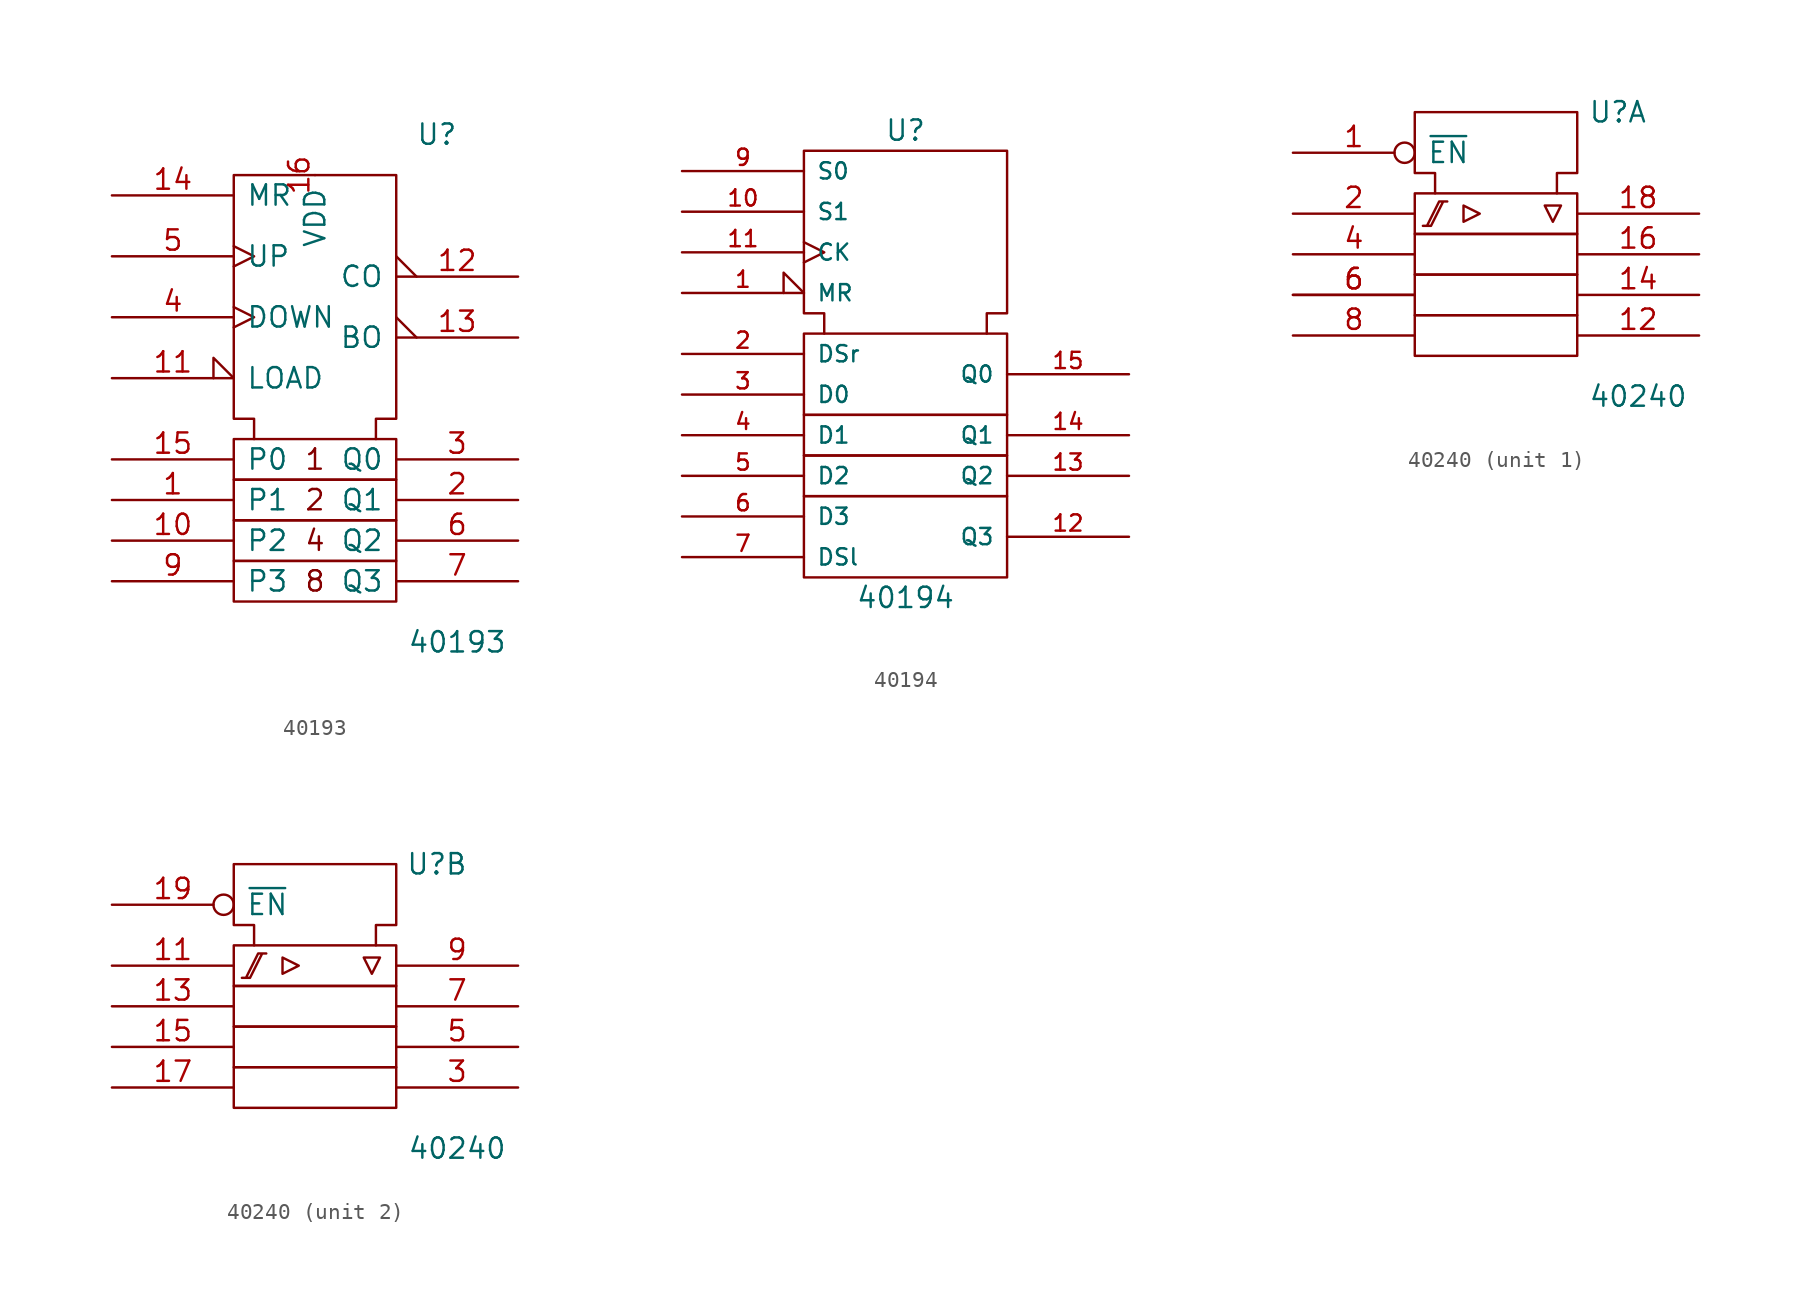
<source format=kicad_sym>
(kicad_symbol_lib
  (version 20201005)
  (generator kicad_symbol_editor)
  (symbol "4xxx_IEEE:40193"
    (pin_names
      (offset 0.762))
    (property "Reference" "U"
      (at 7.62 12.7 0)
      (effects (font (size 1.27 1.27))))
    (property "Value" "40193"
      (at 8.89 -19.05 0)
      (effects (font (size 1.27 1.27))))
    (symbol "40193_0_0"
      (text "1" (at 0 -7.62 0) (effects (font (size 1.27 1.27))))
      (text "2" (at 0 -10.16 0) (effects (font (size 1.27 1.27))))
      (text "4" (at 0 -12.7 0) (effects (font (size 1.27 1.27))))
      (text "8" (at 0 -15.24 0) (effects (font (size 1.27 1.27)))))
    (symbol "40193_0_1"
      (rectangle (start -5.08 -13.97) (end 5.08 -16.51) (stroke (width 0)) (fill (type none)))
      (rectangle (start -5.08 -11.43) (end 5.08 -13.97) (stroke (width 0)) (fill (type none)))
      (rectangle (start -5.08 -8.89) (end 5.08 -11.43) (stroke (width 0)) (fill (type none)))
      (rectangle (start -5.08 -6.35) (end 5.08 -8.89) (stroke (width 0)) (fill (type none)))
      (polyline (pts (xy -3.81 -6.35) (xy -3.81 -5.08) (xy -5.08 -5.08) (xy -5.08 10.16) (xy 5.08 10.16) (xy 5.08 -5.08) (xy 3.81 -5.08) (xy 3.81 -6.35) (xy 3.81 -6.35)) (stroke (width 0)) (fill (type none))))
    (symbol "40193_1_1"
      (pin input line (at -12.7 -10.16 0) (length 7.62) (name "P1" (effects (font (size 1.27 1.27)))) (number "1" (effects (font (size 1.27 1.27)))))
      (pin input line (at -12.7 -12.7 0) (length 7.62) (name "P2" (effects (font (size 1.27 1.27)))) (number "10" (effects (font (size 1.27 1.27)))))
      (pin input input_low (at -12.7 -2.54 0) (length 7.62) (name "LOAD" (effects (font (size 1.27 1.27)))) (number "11" (effects (font (size 1.27 1.27)))))
      (pin output output_low (at 12.7 3.81 180) (length 7.62) (name "CO" (effects (font (size 1.27 1.27)))) (number "12" (effects (font (size 1.27 1.27)))))
      (pin output output_low (at 12.7 0 180) (length 7.62) (name "BO" (effects (font (size 1.27 1.27)))) (number "13" (effects (font (size 1.27 1.27)))))
      (pin input line (at -12.7 8.89 0) (length 7.62) (name "MR" (effects (font (size 1.27 1.27)))) (number "14" (effects (font (size 1.27 1.27)))))
      (pin input line (at -12.7 -7.62 0) (length 7.62) (name "P0" (effects (font (size 1.27 1.27)))) (number "15" (effects (font (size 1.27 1.27)))))
      (pin power_in line (at 0 10.16 270) (length 0) (name "VDD" (effects (font (size 1.27 1.27)))) (number "16" (effects (font (size 1.27 1.27)))))
      (pin output line (at 12.7 -10.16 180) (length 7.62) (name "Q1" (effects (font (size 1.27 1.27)))) (number "2" (effects (font (size 1.27 1.27)))))
      (pin output line (at 12.7 -7.62 180) (length 7.62) (name "Q0" (effects (font (size 1.27 1.27)))) (number "3" (effects (font (size 1.27 1.27)))))
      (pin input clock (at -12.7 1.27 0) (length 7.62) (name "DOWN" (effects (font (size 1.27 1.27)))) (number "4" (effects (font (size 1.27 1.27)))))
      (pin input clock (at -12.7 5.08 0) (length 7.62) (name "UP" (effects (font (size 1.27 1.27)))) (number "5" (effects (font (size 1.27 1.27)))))
      (pin output line (at 12.7 -12.7 180) (length 7.62) (name "Q2" (effects (font (size 1.27 1.27)))) (number "6" (effects (font (size 1.27 1.27)))))
      (pin output line (at 12.7 -15.24 180) (length 7.62) (name "Q3" (effects (font (size 1.27 1.27)))) (number "7" (effects (font (size 1.27 1.27)))))
      (pin power_in line (at 2.54 10.16 270) (length 0) hide (name "VSS" (effects (font (size 1.27 1.27)))) (number "8" (effects (font (size 1.27 1.27)))))
      (pin input line (at -12.7 -15.24 0) (length 7.62) (name "P3" (effects (font (size 1.27 1.27)))) (number "9" (effects (font (size 1.27 1.27)))))))
  (symbol "4xxx_IEEE:40194"
    (pin_names
      (offset 0.762))
    (property "Reference" "U"
      (at 0 13.97 0)
      (effects (font (size 1.27 1.27))))
    (property "Value" "40194"
      (at 0 -15.24 0)
      (effects (font (size 1.27 1.27))))
    (symbol "40194_0_0"
      (rectangle (start -6.35 -8.89) (end 6.35 -13.97) (stroke (width 0)) (fill (type none)))
      (rectangle (start -6.35 -6.35) (end 6.35 -8.89) (stroke (width 0)) (fill (type none))))
    (symbol "40194_0_1"
      (rectangle (start -6.35 -3.81) (end 6.35 -6.35) (stroke (width 0)) (fill (type none)))
      (rectangle (start -6.35 1.27) (end 6.35 -3.81) (stroke (width 0)) (fill (type none)))
      (polyline (pts (xy -5.08 1.27) (xy -5.08 2.54) (xy -6.35 2.54) (xy -6.35 12.7) (xy 6.35 12.7) (xy 6.35 2.54) (xy 5.08 2.54) (xy 5.08 1.27) (xy 5.08 1.27)) (stroke (width 0)) (fill (type none)))
      (pin power_in line (at 3.81 12.7 270) (length 0) hide (name "Vdd" (effects (font (size 1.016 1.016)))) (number "16" (effects (font (size 1.016 1.016)))))
      (pin power_in line (at 0 12.7 270) (length 0) hide (name "Vss" (effects (font (size 1.016 1.016)))) (number "8" (effects (font (size 1.016 1.016))))))
    (symbol "40194_1_1"
      (pin input input_low (at -13.97 3.81 0) (length 7.62) (name "MR" (effects (font (size 1.016 1.016)))) (number "1" (effects (font (size 1.016 1.016)))))
      (pin input line (at -13.97 8.89 0) (length 7.62) (name "S1" (effects (font (size 1.016 1.016)))) (number "10" (effects (font (size 1.016 1.016)))))
      (pin input clock (at -13.97 6.35 0) (length 7.62) (name "CK" (effects (font (size 1.016 1.016)))) (number "11" (effects (font (size 1.016 1.016)))))
      (pin output line (at 13.97 -11.43 180) (length 7.62) (name "Q3" (effects (font (size 1.016 1.016)))) (number "12" (effects (font (size 1.016 1.016)))))
      (pin output line (at 13.97 -7.62 180) (length 7.62) (name "Q2" (effects (font (size 1.016 1.016)))) (number "13" (effects (font (size 1.016 1.016)))))
      (pin output line (at 13.97 -5.08 180) (length 7.62) (name "Q1" (effects (font (size 1.016 1.016)))) (number "14" (effects (font (size 1.016 1.016)))))
      (pin output line (at 13.97 -1.27 180) (length 7.62) (name "Q0" (effects (font (size 1.016 1.016)))) (number "15" (effects (font (size 1.016 1.016)))))
      (pin input line (at -13.97 0 0) (length 7.62) (name "DSr" (effects (font (size 1.016 1.016)))) (number "2" (effects (font (size 1.016 1.016)))))
      (pin input line (at -13.97 -2.54 0) (length 7.62) (name "D0" (effects (font (size 1.016 1.016)))) (number "3" (effects (font (size 1.016 1.016)))))
      (pin input line (at -13.97 -5.08 0) (length 7.62) (name "D1" (effects (font (size 1.016 1.016)))) (number "4" (effects (font (size 1.016 1.016)))))
      (pin input line (at -13.97 -7.62 0) (length 7.62) (name "D2" (effects (font (size 1.016 1.016)))) (number "5" (effects (font (size 1.016 1.016)))))
      (pin input line (at -13.97 -10.16 0) (length 7.62) (name "D3" (effects (font (size 1.016 1.016)))) (number "6" (effects (font (size 1.016 1.016)))))
      (pin input line (at -13.97 -12.7 0) (length 7.62) (name "DSl" (effects (font (size 1.016 1.016)))) (number "7" (effects (font (size 1.016 1.016)))))
      (pin input line (at -13.97 11.43 0) (length 7.62) (name "S0" (effects (font (size 1.016 1.016)))) (number "9" (effects (font (size 1.016 1.016)))))))
  (symbol "4xxx_IEEE:40240"
    (pin_names
      (offset 0.762))
    (property "Reference" "U"
      (at 7.62 8.89 0)
      (effects (font (size 1.27 1.27))))
    (property "Value" "40240"
      (at 8.89 -8.89 0)
      (effects (font (size 1.27 1.27))))
    (symbol "40240_0_0"
      (polyline (pts (xy -2.032 3.048) (xy -2.032 2.032) (xy -1.016 2.54) (xy -2.032 3.048) (xy -2.032 3.048)) (stroke (width 0)) (fill (type none)))
      (polyline (pts (xy 3.048 3.048) (xy 4.064 3.048) (xy 3.556 2.032) (xy 3.048 3.048) (xy 3.048 3.048)) (stroke (width 0)) (fill (type none)))
      (polyline (pts (xy -4.572 1.778) (xy -4.064 1.778) (xy -3.302 3.302) (xy -3.048 3.302) (xy -3.556 3.302) (xy -4.318 1.778) (xy -4.318 1.778)) (stroke (width 0)) (fill (type none))))
    (symbol "40240_0_1"
      (rectangle (start -5.08 -3.81) (end 5.08 -6.35) (stroke (width 0)) (fill (type none)))
      (rectangle (start -5.08 -1.27) (end 5.08 -3.81) (stroke (width 0)) (fill (type none)))
      (rectangle (start -5.08 1.27) (end 5.08 -1.27) (stroke (width 0)) (fill (type none)))
      (rectangle (start -5.08 3.81) (end 5.08 1.27) (stroke (width 0)) (fill (type none)))
      (polyline (pts (xy -3.81 3.81) (xy -3.81 5.08) (xy -5.08 5.08) (xy -5.08 8.89) (xy 5.08 8.89) (xy 5.08 5.08) (xy 3.81 5.08) (xy 3.81 3.81) (xy 3.81 3.81)) (stroke (width 0)) (fill (type none)))
      (pin power_in line (at -1.27 8.89 270) (length 0) hide (name "Vss" (effects (font (size 1.27 1.27)))) (number "10" (effects (font (size 1.27 1.27)))))
      (pin power_in line (at 2.54 8.89 270) (length 0) hide (name "Vdd" (effects (font (size 1.27 1.27)))) (number "20" (effects (font (size 1.27 1.27))))))
    (symbol "40240_1_0"
      (pin output line (at 12.7 -5.08 180) (length 7.62) (name "~" (effects (font (size 1.27 1.27)))) (number "12" (effects (font (size 1.27 1.27)))))
      (pin output line (at 12.7 -2.54 180) (length 7.62) (name "~" (effects (font (size 1.27 1.27)))) (number "14" (effects (font (size 1.27 1.27)))))
      (pin output line (at 12.7 0 180) (length 7.62) (name "~" (effects (font (size 1.27 1.27)))) (number "16" (effects (font (size 1.27 1.27)))))
      (pin output line (at 12.7 2.54 180) (length 7.62) (name "~" (effects (font (size 1.27 1.27)))) (number "18" (effects (font (size 1.27 1.27)))))
      (pin input line (at -12.7 0 0) (length 7.62) (name "~" (effects (font (size 1.27 1.27)))) (number "4" (effects (font (size 1.27 1.27)))))
      (pin input line (at -12.7 -2.54 0) (length 7.62) (name "~" (effects (font (size 1.27 1.27)))) (number "6" (effects (font (size 1.27 1.27))))))
    (symbol "40240_1_1"
      (pin input inverted (at -12.7 6.35 0) (length 7.62) (name "~EN" (effects (font (size 1.27 1.27)))) (number "1" (effects (font (size 1.27 1.27)))))
      (pin input line (at -12.7 2.54 0) (length 7.62) (name "~" (effects (font (size 1.27 1.27)))) (number "2" (effects (font (size 1.27 1.27)))))
      (pin input line (at -12.7 -2.54 0) (length 7.62) (name "~" (effects (font (size 1.27 1.27)))) (number "6" (effects (font (size 1.27 1.27)))))
      (pin input line (at -12.7 -5.08 0) (length 7.62) (name "~" (effects (font (size 1.27 1.27)))) (number "8" (effects (font (size 1.27 1.27))))))
    (symbol "40240_2_0"
      (pin input line (at -12.7 2.54 0) (length 7.62) (name "~" (effects (font (size 1.27 1.27)))) (number "11" (effects (font (size 1.27 1.27)))))
      (pin input line (at -12.7 -2.54 0) (length 7.62) (name "~" (effects (font (size 1.27 1.27)))) (number "15" (effects (font (size 1.27 1.27)))))
      (pin input line (at -12.7 -5.08 0) (length 7.62) (name "~" (effects (font (size 1.27 1.27)))) (number "17" (effects (font (size 1.27 1.27)))))
      (pin input inverted (at -12.7 6.35 0) (length 7.62) (name "~EN" (effects (font (size 1.27 1.27)))) (number "19" (effects (font (size 1.27 1.27))))))
    (symbol "40240_2_1"
      (pin input line (at -12.7 0 0) (length 7.62) (name "~" (effects (font (size 1.27 1.27)))) (number "13" (effects (font (size 1.27 1.27)))))
      (pin output line (at 12.7 -5.08 180) (length 7.62) (name "~" (effects (font (size 1.27 1.27)))) (number "3" (effects (font (size 1.27 1.27)))))
      (pin output line (at 12.7 -2.54 180) (length 7.62) (name "~" (effects (font (size 1.27 1.27)))) (number "5" (effects (font (size 1.27 1.27)))))
      (pin output line (at 12.7 0 180) (length 7.62) (name "~" (effects (font (size 1.27 1.27)))) (number "7" (effects (font (size 1.27 1.27)))))
      (pin output line (at 12.7 2.54 180) (length 7.62) (name "~" (effects (font (size 1.27 1.27)))) (number "9" (effects (font (size 1.27 1.27))))))))
</source>
